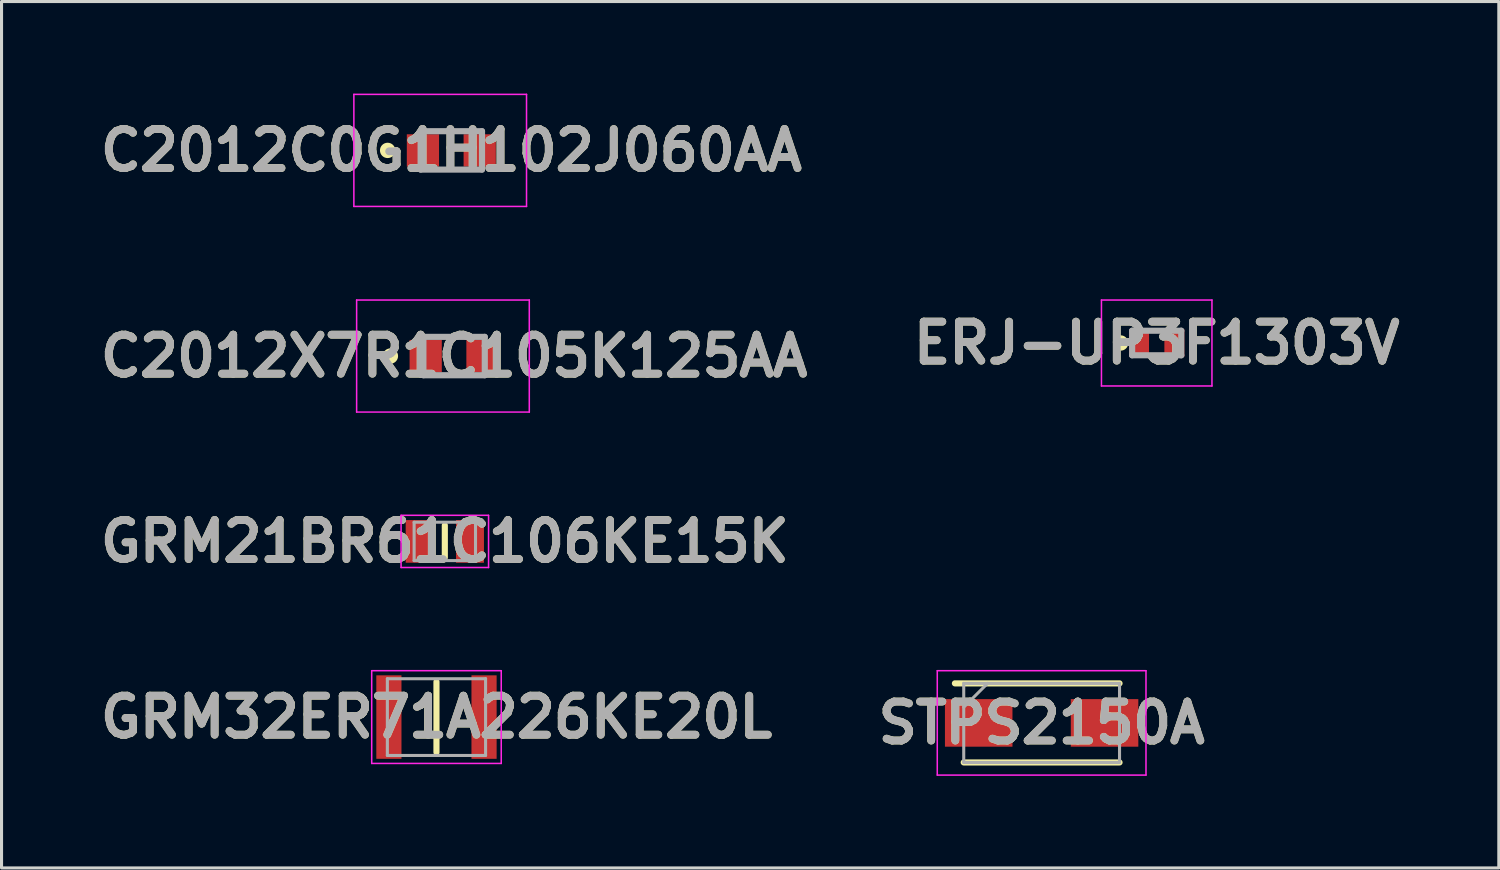
<source format=kicad_pcb>
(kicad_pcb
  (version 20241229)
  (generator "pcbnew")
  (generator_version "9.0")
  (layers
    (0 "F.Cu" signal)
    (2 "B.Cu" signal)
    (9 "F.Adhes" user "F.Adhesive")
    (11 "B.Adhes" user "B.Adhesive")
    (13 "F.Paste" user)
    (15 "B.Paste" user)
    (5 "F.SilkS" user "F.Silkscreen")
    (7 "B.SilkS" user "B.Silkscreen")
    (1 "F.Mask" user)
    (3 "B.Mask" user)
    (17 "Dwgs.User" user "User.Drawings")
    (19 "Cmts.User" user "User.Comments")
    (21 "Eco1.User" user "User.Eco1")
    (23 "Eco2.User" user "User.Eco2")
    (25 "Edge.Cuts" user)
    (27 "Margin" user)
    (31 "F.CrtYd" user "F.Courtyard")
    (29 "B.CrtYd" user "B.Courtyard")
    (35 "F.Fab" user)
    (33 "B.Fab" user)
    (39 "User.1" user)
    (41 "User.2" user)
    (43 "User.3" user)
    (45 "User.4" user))
  (footprint "STPS2150A"
    (layer "F.Cu")
    (at 30.886 20.502)
    (property "Reference" "STPS2150A" (at 0 0 0) (layer "F.SilkS") (effects (font (size 1.27 1.27) (thickness 0.254))))
    (attr smd)
    (fp_line (start -2.538 1.288) (end 2.538 1.288) (stroke (width 0.2) (type solid)) (layer "F.SilkS"))
    (fp_line (start 2.538 -1.288) (end -2.825 -1.288) (stroke (width 0.2) (type solid)) (layer "F.SilkS"))
    (fp_line (start -3.4 -1.7) (end 3.4 -1.7) (stroke (width 0.05) (type solid)) (layer "F.CrtYd"))
    (fp_line (start -3.4 1.7) (end -3.4 -1.7) (stroke (width 0.05) (type solid)) (layer "F.CrtYd"))
    (fp_line (start 3.4 -1.7) (end 3.4 1.7) (stroke (width 0.05) (type solid)) (layer "F.CrtYd"))
    (fp_line (start 3.4 1.7) (end -3.4 1.7) (stroke (width 0.05) (type solid)) (layer "F.CrtYd"))
    (fp_line (start -2.538 -1.288) (end 2.538 -1.288) (stroke (width 0.1) (type solid)) (layer "F.Fab"))
    (fp_line (start -2.538 -0.512) (end -1.762 -1.288) (stroke (width 0.1) (type solid)) (layer "F.Fab"))
    (fp_line (start -2.538 1.288) (end -2.538 -1.288) (stroke (width 0.1) (type solid)) (layer "F.Fab"))
    (fp_line (start 2.538 -1.288) (end 2.538 1.288) (stroke (width 0.1) (type solid)) (layer "F.Fab"))
    (fp_line (start 2.538 1.288) (end -2.538 1.288) (stroke (width 0.1) (type solid)) (layer "F.Fab"))
    (fp_text user "${REFERENCE}" (at 0 0 0) (layer "F.Fab") (effects (font (size 1.27 1.27) (thickness 0.254))))
    (pad "1" smd rect (at -2.05 0 90) (size 1.55 2.2) (layers "F.Cu" "F.Mask" "F.Paste"))
    (pad "2" smd rect (at 2.05 0 90) (size 1.55 2.2) (layers "F.Cu" "F.Mask" "F.Paste")))
  (footprint "ERJ-UP3F1303V"
    (layer "F.Cu")
    (at 34.635 8.125)
    (property "Reference" "ERJ-UP3F1303V" (at 0 0 0) (layer "F.SilkS") (effects (font (size 1.27 1.27) (thickness 0.254))))
    (attr smd)
    (fp_circle (center -1.175 0) (end -1.175 0.05) (stroke (width 0.2) (type solid)) (fill no) (layer "F.SilkS"))
    (fp_line (start -1.8 -1.4) (end 1.8 -1.4) (stroke (width 0.05) (type solid)) (layer "F.CrtYd"))
    (fp_line (start -1.8 1.4) (end -1.8 -1.4) (stroke (width 0.05) (type solid)) (layer "F.CrtYd"))
    (fp_line (start 1.8 -1.4) (end 1.8 1.4) (stroke (width 0.05) (type solid)) (layer "F.CrtYd"))
    (fp_line (start 1.8 1.4) (end -1.8 1.4) (stroke (width 0.05) (type solid)) (layer "F.CrtYd"))
    (fp_line (start -0.8 -0.4) (end 0.8 -0.4) (stroke (width 0.2) (type solid)) (layer "F.Fab"))
    (fp_line (start -0.8 0.4) (end -0.8 -0.4) (stroke (width 0.2) (type solid)) (layer "F.Fab"))
    (fp_line (start 0.8 -0.4) (end 0.8 0.4) (stroke (width 0.2) (type solid)) (layer "F.Fab"))
    (fp_line (start 0.8 0.4) (end -0.8 0.4) (stroke (width 0.2) (type solid)) (layer "F.Fab"))
    (fp_text user "${REFERENCE}" (at 0 0 0) (layer "F.Fab") (effects (font (size 1.27 1.27) (thickness 0.254))))
    (pad "1" smd rect (at -0.575 0) (size 0.65 0.9) (layers "F.Cu" "F.Mask" "F.Paste"))
    (pad "2" smd rect (at 0.575 0) (size 0.65 0.9) (layers "F.Cu" "F.Mask" "F.Paste")))
  (footprint "C2012X7R1C105K125AA"
    (layer "F.Cu")
    (at 11.744 8.55)
    (property "Reference" "C2012X7R1C105K125AA" (at 0 0 0) (layer "F.SilkS") (effects (font (size 1.27 1.27) (thickness 0.254))))
    (attr smd)
    (fp_circle (center -2.075 0) (end -2.075 0.05) (stroke (width 0.2) (type solid)) (fill no) (layer "F.SilkS"))
    (fp_line (start -3.175 -1.825) (end 2.45 -1.825) (stroke (width 0.05) (type solid)) (layer "F.CrtYd"))
    (fp_line (start -3.175 1.825) (end -3.175 -1.825) (stroke (width 0.05) (type solid)) (layer "F.CrtYd"))
    (fp_line (start 2.45 -1.825) (end 2.45 1.825) (stroke (width 0.05) (type solid)) (layer "F.CrtYd"))
    (fp_line (start 2.45 1.825) (end -3.175 1.825) (stroke (width 0.05) (type solid)) (layer "F.CrtYd"))
    (fp_line (start -1 -0.625) (end 1 -0.625) (stroke (width 0.2) (type solid)) (layer "F.Fab"))
    (fp_line (start -1 0.625) (end -1 -0.625) (stroke (width 0.2) (type solid)) (layer "F.Fab"))
    (fp_line (start 1 -0.625) (end 1 0.625) (stroke (width 0.2) (type solid)) (layer "F.Fab"))
    (fp_line (start 1 0.625) (end -1 0.625) (stroke (width 0.2) (type solid)) (layer "F.Fab"))
    (fp_text user "${REFERENCE}" (at 0 0 0) (layer "F.Fab") (effects (font (size 1.27 1.27) (thickness 0.254))))
    (pad "1" smd rect (at -0.925 0 90) (size 1.05 1.05) (layers "F.Cu" "F.Mask" "F.Paste"))
    (pad "2" smd rect (at 0.925 0 90) (size 1.05 1.05) (layers "F.Cu" "F.Mask" "F.Paste")))
  (footprint "C2012C0G1H102J060AA"
    (layer "F.Cu")
    (at 11.654 1.85)
    (property "Reference" "C2012C0G1H102J060AA" (at 0 0 0) (layer "F.SilkS") (effects (font (size 1.27 1.27) (thickness 0.254))))
    (attr smd)
    (fp_circle (center -2.075 0) (end -2.075 0.05) (stroke (width 0.2) (type solid)) (fill no) (layer "F.SilkS"))
    (fp_line (start -3.175 -1.825) (end 2.45 -1.825) (stroke (width 0.05) (type solid)) (layer "F.CrtYd"))
    (fp_line (start -3.175 1.825) (end -3.175 -1.825) (stroke (width 0.05) (type solid)) (layer "F.CrtYd"))
    (fp_line (start 2.45 -1.825) (end 2.45 1.825) (stroke (width 0.05) (type solid)) (layer "F.CrtYd"))
    (fp_line (start 2.45 1.825) (end -3.175 1.825) (stroke (width 0.05) (type solid)) (layer "F.CrtYd"))
    (fp_line (start -1 -0.625) (end 1 -0.625) (stroke (width 0.2) (type solid)) (layer "F.Fab"))
    (fp_line (start -1 0.625) (end -1 -0.625) (stroke (width 0.2) (type solid)) (layer "F.Fab"))
    (fp_line (start 1 -0.625) (end 1 0.625) (stroke (width 0.2) (type solid)) (layer "F.Fab"))
    (fp_line (start 1 0.625) (end -1 0.625) (stroke (width 0.2) (type solid)) (layer "F.Fab"))
    (fp_text user "${REFERENCE}" (at 0 0 0) (layer "F.Fab") (effects (font (size 1.27 1.27) (thickness 0.254))))
    (pad "1" smd rect (at -0.925 0 90) (size 1.05 1.05) (layers "F.Cu" "F.Mask" "F.Paste"))
    (pad "2" smd rect (at 0.925 0 90) (size 1.05 1.05) (layers "F.Cu" "F.Mask" "F.Paste")))
  (footprint "GRM21BR61C106KE15K"
    (layer "F.Cu")
    (at 11.442 14.589)
    (property "Reference" "GRM21BR61C106KE15K" (at 0 0 0) (layer "F.SilkS") (effects (font (size 1.27 1.27) (thickness 0.254))))
    (attr smd)
    (fp_line (start 0 -0.525) (end 0 0.525) (stroke (width 0.2) (type solid)) (layer "F.SilkS"))
    (fp_line (start -1.425 -0.85) (end 1.425 -0.85) (stroke (width 0.05) (type solid)) (layer "F.CrtYd"))
    (fp_line (start -1.425 0.85) (end -1.425 -0.85) (stroke (width 0.05) (type solid)) (layer "F.CrtYd"))
    (fp_line (start 1.425 -0.85) (end 1.425 0.85) (stroke (width 0.05) (type solid)) (layer "F.CrtYd"))
    (fp_line (start 1.425 0.85) (end -1.425 0.85) (stroke (width 0.05) (type solid)) (layer "F.CrtYd"))
    (fp_line (start -1 -0.625) (end 1 -0.625) (stroke (width 0.1) (type solid)) (layer "F.Fab"))
    (fp_line (start -1 0.625) (end -1 -0.625) (stroke (width 0.1) (type solid)) (layer "F.Fab"))
    (fp_line (start 1 -0.625) (end 1 0.625) (stroke (width 0.1) (type solid)) (layer "F.Fab"))
    (fp_line (start 1 0.625) (end -1 0.625) (stroke (width 0.1) (type solid)) (layer "F.Fab"))
    (fp_text user "${REFERENCE}" (at 0 0 0) (layer "F.Fab") (effects (font (size 1.27 1.27) (thickness 0.254))))
    (pad "1" smd rect (at -0.82 0) (size 0.91 1.39) (layers "F.Cu" "F.Mask" "F.Paste"))
    (pad "2" smd rect (at 0.82 0) (size 0.91 1.39) (layers "F.Cu" "F.Mask" "F.Paste")))
  (footprint "GRM32ER71A226KE20L"
    (layer "F.Cu")
    (at 11.17 20.312)
    (property "Reference" "GRM32ER71A226KE20L" (at 0 0 0) (layer "F.SilkS") (effects (font (size 1.27 1.27) (thickness 0.254))))
    (attr smd)
    (fp_line (start 0 -1.15) (end 0 1.15) (stroke (width 0.2) (type solid)) (layer "F.SilkS"))
    (fp_line (start -2.11 -1.51) (end 2.11 -1.51) (stroke (width 0.05) (type solid)) (layer "F.CrtYd"))
    (fp_line (start -2.11 1.51) (end -2.11 -1.51) (stroke (width 0.05) (type solid)) (layer "F.CrtYd"))
    (fp_line (start 2.11 -1.51) (end 2.11 1.51) (stroke (width 0.05) (type solid)) (layer "F.CrtYd"))
    (fp_line (start 2.11 1.51) (end -2.11 1.51) (stroke (width 0.05) (type solid)) (layer "F.CrtYd"))
    (fp_line (start -1.6 -1.25) (end 1.6 -1.25) (stroke (width 0.1) (type solid)) (layer "F.Fab"))
    (fp_line (start -1.6 1.25) (end -1.6 -1.25) (stroke (width 0.1) (type solid)) (layer "F.Fab"))
    (fp_line (start 1.6 -1.25) (end 1.6 1.25) (stroke (width 0.1) (type solid)) (layer "F.Fab"))
    (fp_line (start 1.6 1.25) (end -1.6 1.25) (stroke (width 0.1) (type solid)) (layer "F.Fab"))
    (fp_text user "${REFERENCE}" (at 0 0 0) (layer "F.Fab") (effects (font (size 1.27 1.27) (thickness 0.254))))
    (pad "1" smd rect (at -1.55 0) (size 0.82 2.72) (layers "F.Cu" "F.Mask" "F.Paste"))
    (pad "2" smd rect (at 1.55 0) (size 0.82 2.72) (layers "F.Cu" "F.Mask" "F.Paste")))
  (gr_rect
    (start -3 -3)
    (end 45.781 25.227)
    (stroke (width 0.1) (type default))
    (fill no)
    (layer "Edge.Cuts")))
</source>
